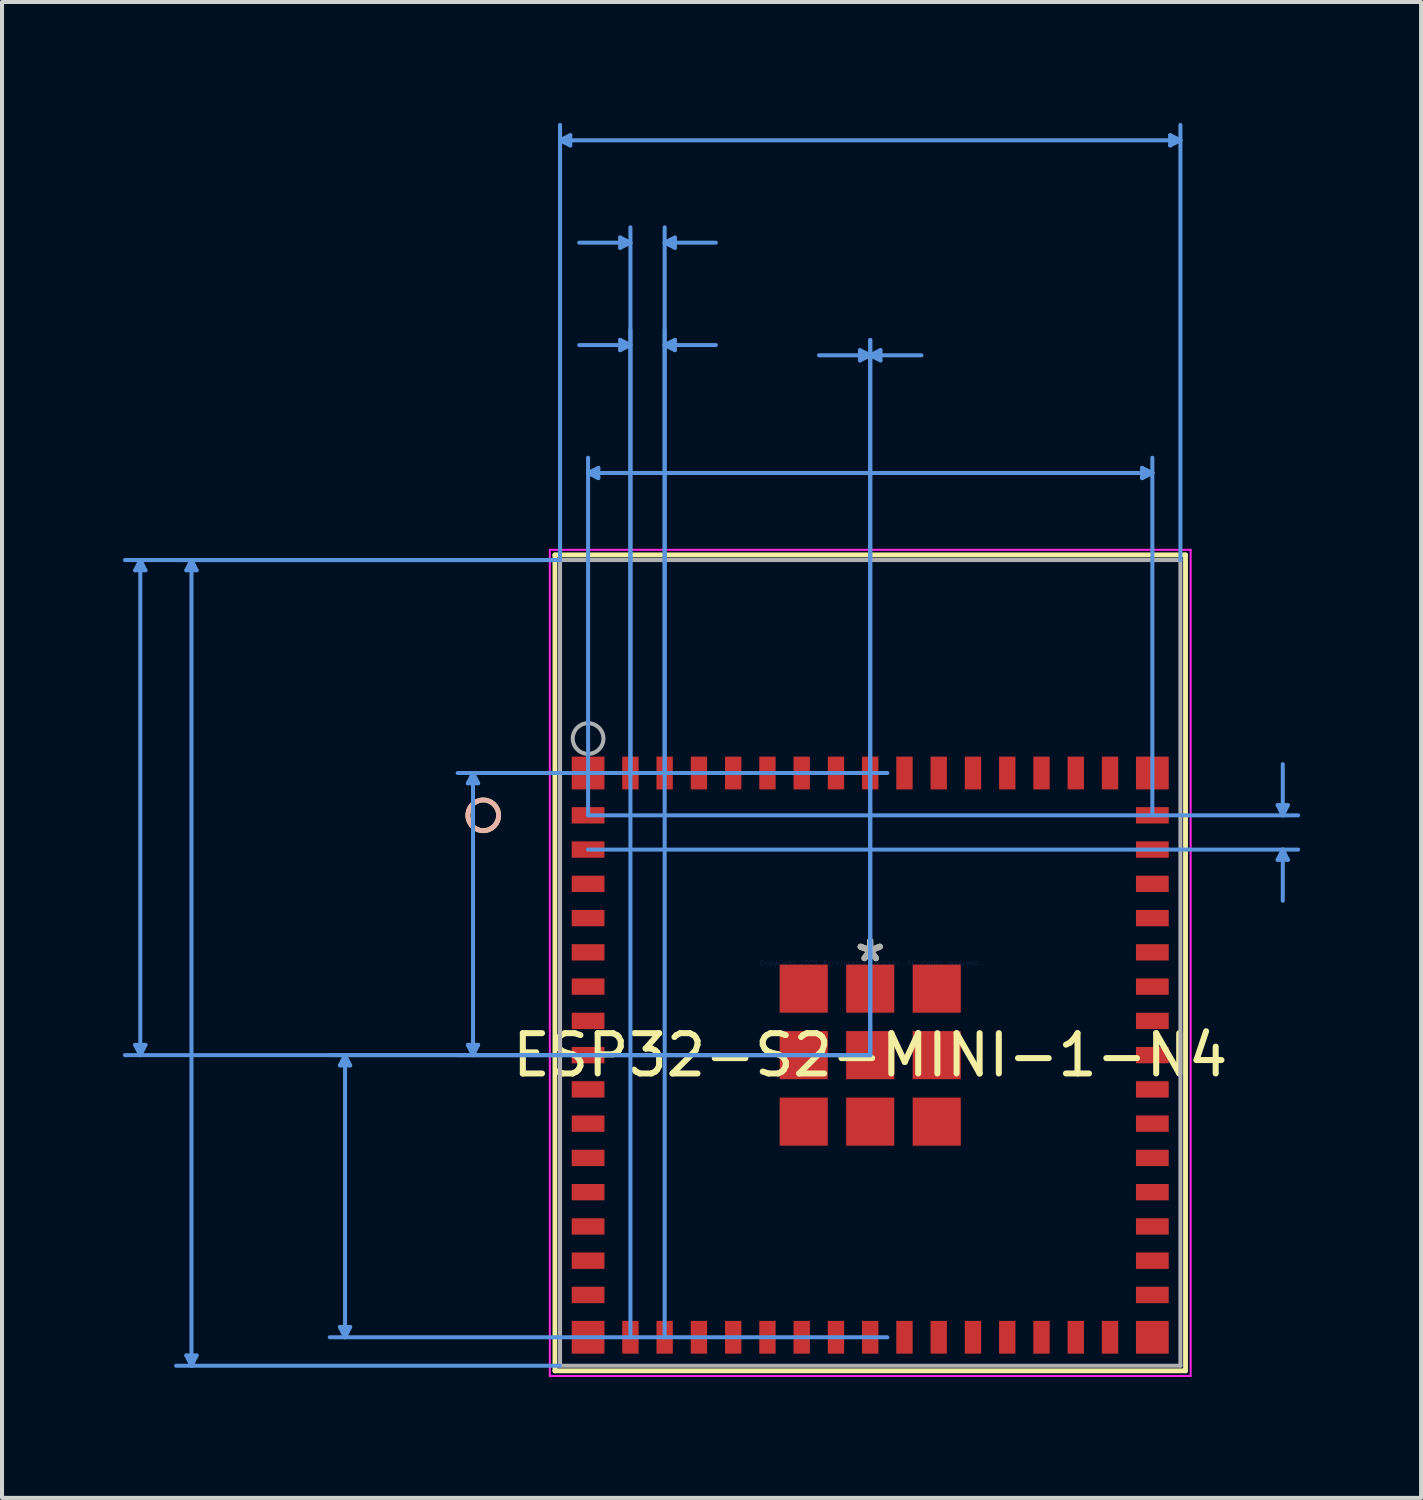
<source format=kicad_pcb>
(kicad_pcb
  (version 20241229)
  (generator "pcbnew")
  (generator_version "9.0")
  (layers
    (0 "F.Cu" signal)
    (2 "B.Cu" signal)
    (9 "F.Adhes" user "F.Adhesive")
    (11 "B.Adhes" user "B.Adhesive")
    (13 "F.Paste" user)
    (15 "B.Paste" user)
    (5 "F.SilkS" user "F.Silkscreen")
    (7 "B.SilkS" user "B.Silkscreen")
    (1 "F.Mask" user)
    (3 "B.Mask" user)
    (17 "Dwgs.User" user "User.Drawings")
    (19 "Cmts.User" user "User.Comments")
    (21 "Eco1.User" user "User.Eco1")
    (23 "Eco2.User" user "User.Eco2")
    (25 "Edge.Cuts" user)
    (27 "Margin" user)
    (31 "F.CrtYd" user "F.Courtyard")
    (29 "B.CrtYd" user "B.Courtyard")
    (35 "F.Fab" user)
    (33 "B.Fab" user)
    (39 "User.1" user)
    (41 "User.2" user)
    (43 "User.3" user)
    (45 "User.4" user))
  (footprint "ESP32-S2-MINI-1-N4"
    (layer "F.Cu")
    (at 18.541 20.84)
    (property "Reference" "ESP32-S2-MINI-1-N4" (at 0 2.289 0) (layer "F.SilkS") (effects (font (size 1 1) (thickness 0.15))))
    (attr through_hole)
    (fp_line (start -7.823 -10.122) (end -7.823 10.122) (stroke (width 0.12) (type solid)) (layer "F.SilkS"))
    (fp_line (start -7.823 10.122) (end 7.823 10.122) (stroke (width 0.12) (type solid)) (layer "F.SilkS"))
    (fp_line (start 7.823 -10.122) (end -7.823 -10.122) (stroke (width 0.12) (type solid)) (layer "F.SilkS"))
    (fp_line (start 7.823 10.122) (end 7.823 -10.122) (stroke (width 0.12) (type solid)) (layer "F.SilkS"))
    (fp_circle (center -9.601 -3.661) (end -9.22 -3.661) (stroke (width 0.12) (type solid)) (fill no) (layer "F.SilkS"))
    (fp_circle (center -9.601 -3.661) (end -9.22 -3.661) (stroke (width 0.12) (type solid)) (fill no) (layer "B.SilkS"))
    (fp_line (start -18.237 -9.741) (end -17.983 -9.741) (stroke (width 0.1) (type solid)) (layer "Cmts.User"))
    (fp_line (start -18.237 2.035) (end -17.983 2.035) (stroke (width 0.1) (type solid)) (layer "Cmts.User"))
    (fp_line (start -18.11 -9.995) (end -18.237 -9.741) (stroke (width 0.1) (type solid)) (layer "Cmts.User"))
    (fp_line (start -18.11 -9.995) (end -18.11 2.289) (stroke (width 0.1) (type solid)) (layer "Cmts.User"))
    (fp_line (start -18.11 -9.995) (end -17.983 -9.741) (stroke (width 0.1) (type solid)) (layer "Cmts.User"))
    (fp_line (start -18.11 2.289) (end -18.237 2.035) (stroke (width 0.1) (type solid)) (layer "Cmts.User"))
    (fp_line (start -18.11 2.289) (end -17.983 2.035) (stroke (width 0.1) (type solid)) (layer "Cmts.User"))
    (fp_line (start -16.967 -9.741) (end -16.713 -9.741) (stroke (width 0.1) (type solid)) (layer "Cmts.User"))
    (fp_line (start -16.967 9.741) (end -16.713 9.741) (stroke (width 0.1) (type solid)) (layer "Cmts.User"))
    (fp_line (start -16.84 -9.995) (end -16.967 -9.741) (stroke (width 0.1) (type solid)) (layer "Cmts.User"))
    (fp_line (start -16.84 -9.995) (end -16.84 9.995) (stroke (width 0.1) (type solid)) (layer "Cmts.User"))
    (fp_line (start -16.84 -9.995) (end -16.713 -9.741) (stroke (width 0.1) (type solid)) (layer "Cmts.User"))
    (fp_line (start -16.84 9.995) (end -16.967 9.741) (stroke (width 0.1) (type solid)) (layer "Cmts.User"))
    (fp_line (start -16.84 9.995) (end -16.713 9.741) (stroke (width 0.1) (type solid)) (layer "Cmts.User"))
    (fp_line (start -13.157 2.543) (end -12.903 2.543) (stroke (width 0.1) (type solid)) (layer "Cmts.User"))
    (fp_line (start -13.157 9.035) (end -12.903 9.035) (stroke (width 0.1) (type solid)) (layer "Cmts.User"))
    (fp_line (start -13.03 2.289) (end -13.157 2.543) (stroke (width 0.1) (type solid)) (layer "Cmts.User"))
    (fp_line (start -13.03 2.289) (end -13.03 9.289) (stroke (width 0.1) (type solid)) (layer "Cmts.User"))
    (fp_line (start -13.03 2.289) (end -12.903 2.543) (stroke (width 0.1) (type solid)) (layer "Cmts.User"))
    (fp_line (start -13.03 9.289) (end -13.157 9.035) (stroke (width 0.1) (type solid)) (layer "Cmts.User"))
    (fp_line (start -13.03 9.289) (end -12.903 9.035) (stroke (width 0.1) (type solid)) (layer "Cmts.User"))
    (fp_line (start -9.982 -4.457) (end -9.728 -4.457) (stroke (width 0.1) (type solid)) (layer "Cmts.User"))
    (fp_line (start -9.982 2.035) (end -9.728 2.035) (stroke (width 0.1) (type solid)) (layer "Cmts.User"))
    (fp_line (start -9.855 -4.711) (end -9.982 -4.457) (stroke (width 0.1) (type solid)) (layer "Cmts.User"))
    (fp_line (start -9.855 -4.711) (end -9.855 2.289) (stroke (width 0.1) (type solid)) (layer "Cmts.User"))
    (fp_line (start -9.855 -4.711) (end -9.728 -4.457) (stroke (width 0.1) (type solid)) (layer "Cmts.User"))
    (fp_line (start -9.855 2.289) (end -9.982 2.035) (stroke (width 0.1) (type solid)) (layer "Cmts.User"))
    (fp_line (start -9.855 2.289) (end -9.728 2.035) (stroke (width 0.1) (type solid)) (layer "Cmts.User"))
    (fp_line (start -7.696 -20.409) (end -7.442 -20.536) (stroke (width 0.1) (type solid)) (layer "Cmts.User"))
    (fp_line (start -7.696 -20.409) (end -7.442 -20.282) (stroke (width 0.1) (type solid)) (layer "Cmts.User"))
    (fp_line (start -7.696 -20.409) (end 7.696 -20.409) (stroke (width 0.1) (type solid)) (layer "Cmts.User"))
    (fp_line (start -7.696 -9.995) (end -18.491 -9.995) (stroke (width 0.1) (type solid)) (layer "Cmts.User"))
    (fp_line (start -7.696 -9.995) (end -17.221 -9.995) (stroke (width 0.1) (type solid)) (layer "Cmts.User"))
    (fp_line (start -7.696 -9.995) (end -7.696 -20.79) (stroke (width 0.1) (type solid)) (layer "Cmts.User"))
    (fp_line (start -7.696 9.995) (end -17.221 9.995) (stroke (width 0.1) (type solid)) (layer "Cmts.User"))
    (fp_line (start -7.442 -20.536) (end -7.442 -20.282) (stroke (width 0.1) (type solid)) (layer "Cmts.User"))
    (fp_line (start -7 -12.154) (end -6.746 -12.281) (stroke (width 0.1) (type solid)) (layer "Cmts.User"))
    (fp_line (start -7 -12.154) (end -6.746 -12.027) (stroke (width 0.1) (type solid)) (layer "Cmts.User"))
    (fp_line (start -7 -12.154) (end 7 -12.154) (stroke (width 0.1) (type solid)) (layer "Cmts.User"))
    (fp_line (start -7 -3.661) (end -7 -12.535) (stroke (width 0.1) (type solid)) (layer "Cmts.User"))
    (fp_line (start -7 -3.661) (end 10.617 -3.661) (stroke (width 0.1) (type solid)) (layer "Cmts.User"))
    (fp_line (start -7 -2.811) (end 10.617 -2.811) (stroke (width 0.1) (type solid)) (layer "Cmts.User"))
    (fp_line (start -6.746 -12.281) (end -6.746 -12.027) (stroke (width 0.1) (type solid)) (layer "Cmts.User"))
    (fp_line (start -6.204 -17.996) (end -6.204 -17.742) (stroke (width 0.1) (type solid)) (layer "Cmts.User"))
    (fp_line (start -6.204 -15.456) (end -6.204 -15.202) (stroke (width 0.1) (type solid)) (layer "Cmts.User"))
    (fp_line (start -5.95 -17.869) (end -7.22 -17.869) (stroke (width 0.1) (type solid)) (layer "Cmts.User"))
    (fp_line (start -5.95 -17.869) (end -6.204 -17.996) (stroke (width 0.1) (type solid)) (layer "Cmts.User"))
    (fp_line (start -5.95 -17.869) (end -6.204 -17.742) (stroke (width 0.1) (type solid)) (layer "Cmts.User"))
    (fp_line (start -5.95 -15.329) (end -7.22 -15.329) (stroke (width 0.1) (type solid)) (layer "Cmts.User"))
    (fp_line (start -5.95 -15.329) (end -6.204 -15.456) (stroke (width 0.1) (type solid)) (layer "Cmts.User"))
    (fp_line (start -5.95 -15.329) (end -6.204 -15.202) (stroke (width 0.1) (type solid)) (layer "Cmts.User"))
    (fp_line (start -5.95 -4.711) (end -5.95 -18.25) (stroke (width 0.1) (type solid)) (layer "Cmts.User"))
    (fp_line (start -5.95 9.289) (end -5.95 -15.71) (stroke (width 0.1) (type solid)) (layer "Cmts.User"))
    (fp_line (start -5.1 -17.869) (end -4.846 -17.996) (stroke (width 0.1) (type solid)) (layer "Cmts.User"))
    (fp_line (start -5.1 -17.869) (end -4.846 -17.742) (stroke (width 0.1) (type solid)) (layer "Cmts.User"))
    (fp_line (start -5.1 -17.869) (end -3.83 -17.869) (stroke (width 0.1) (type solid)) (layer "Cmts.User"))
    (fp_line (start -5.1 -15.329) (end -4.846 -15.456) (stroke (width 0.1) (type solid)) (layer "Cmts.User"))
    (fp_line (start -5.1 -15.329) (end -4.846 -15.202) (stroke (width 0.1) (type solid)) (layer "Cmts.User"))
    (fp_line (start -5.1 -15.329) (end -3.83 -15.329) (stroke (width 0.1) (type solid)) (layer "Cmts.User"))
    (fp_line (start -5.1 -4.711) (end -5.1 -18.25) (stroke (width 0.1) (type solid)) (layer "Cmts.User"))
    (fp_line (start -5.1 9.289) (end -5.1 -15.71) (stroke (width 0.1) (type solid)) (layer "Cmts.User"))
    (fp_line (start -4.846 -17.996) (end -4.846 -17.742) (stroke (width 0.1) (type solid)) (layer "Cmts.User"))
    (fp_line (start -4.846 -15.456) (end -4.846 -15.202) (stroke (width 0.1) (type solid)) (layer "Cmts.User"))
    (fp_line (start -0.254 -15.202) (end -0.254 -14.948) (stroke (width 0.1) (type solid)) (layer "Cmts.User"))
    (fp_line (start 0 -15.075) (end -1.27 -15.075) (stroke (width 0.1) (type solid)) (layer "Cmts.User"))
    (fp_line (start 0 -15.075) (end -0.254 -15.202) (stroke (width 0.1) (type solid)) (layer "Cmts.User"))
    (fp_line (start 0 -15.075) (end -0.254 -14.948) (stroke (width 0.1) (type solid)) (layer "Cmts.User"))
    (fp_line (start 0 -15.075) (end 0.254 -15.202) (stroke (width 0.1) (type solid)) (layer "Cmts.User"))
    (fp_line (start 0 -15.075) (end 0.254 -14.948) (stroke (width 0.1) (type solid)) (layer "Cmts.User"))
    (fp_line (start 0 -15.075) (end 1.27 -15.075) (stroke (width 0.1) (type solid)) (layer "Cmts.User"))
    (fp_line (start 0 2.289) (end -18.491 2.289) (stroke (width 0.1) (type solid)) (layer "Cmts.User"))
    (fp_line (start 0 2.289) (end -13.411 2.289) (stroke (width 0.1) (type solid)) (layer "Cmts.User"))
    (fp_line (start 0 2.289) (end -10.236 2.289) (stroke (width 0.1) (type solid)) (layer "Cmts.User"))
    (fp_line (start 0 2.289) (end 0 -15.456) (stroke (width 0.1) (type solid)) (layer "Cmts.User"))
    (fp_line (start 0 2.289) (end 0 -15.456) (stroke (width 0.1) (type solid)) (layer "Cmts.User"))
    (fp_line (start 0.254 -15.202) (end 0.254 -14.948) (stroke (width 0.1) (type solid)) (layer "Cmts.User"))
    (fp_line (start 0.425 -4.711) (end -10.236 -4.711) (stroke (width 0.1) (type solid)) (layer "Cmts.User"))
    (fp_line (start 0.425 9.289) (end -13.411 9.289) (stroke (width 0.1) (type solid)) (layer "Cmts.User"))
    (fp_line (start 6.746 -12.281) (end 6.746 -12.027) (stroke (width 0.1) (type solid)) (layer "Cmts.User"))
    (fp_line (start 7 -12.154) (end 6.746 -12.281) (stroke (width 0.1) (type solid)) (layer "Cmts.User"))
    (fp_line (start 7 -12.154) (end 6.746 -12.027) (stroke (width 0.1) (type solid)) (layer "Cmts.User"))
    (fp_line (start 7 -3.661) (end 7 -12.535) (stroke (width 0.1) (type solid)) (layer "Cmts.User"))
    (fp_line (start 7.442 -20.536) (end 7.442 -20.282) (stroke (width 0.1) (type solid)) (layer "Cmts.User"))
    (fp_line (start 7.696 -20.409) (end 7.442 -20.536) (stroke (width 0.1) (type solid)) (layer "Cmts.User"))
    (fp_line (start 7.696 -20.409) (end 7.442 -20.282) (stroke (width 0.1) (type solid)) (layer "Cmts.User"))
    (fp_line (start 7.696 -9.995) (end 7.696 -20.79) (stroke (width 0.1) (type solid)) (layer "Cmts.User"))
    (fp_line (start 10.109 -3.915) (end 10.363 -3.915) (stroke (width 0.1) (type solid)) (layer "Cmts.User"))
    (fp_line (start 10.109 -2.557) (end 10.363 -2.557) (stroke (width 0.1) (type solid)) (layer "Cmts.User"))
    (fp_line (start 10.236 -3.661) (end 10.109 -3.915) (stroke (width 0.1) (type solid)) (layer "Cmts.User"))
    (fp_line (start 10.236 -3.661) (end 10.236 -4.931) (stroke (width 0.1) (type solid)) (layer "Cmts.User"))
    (fp_line (start 10.236 -3.661) (end 10.363 -3.915) (stroke (width 0.1) (type solid)) (layer "Cmts.User"))
    (fp_line (start 10.236 -2.811) (end 10.109 -2.557) (stroke (width 0.1) (type solid)) (layer "Cmts.User"))
    (fp_line (start 10.236 -2.811) (end 10.236 -1.541) (stroke (width 0.1) (type solid)) (layer "Cmts.User"))
    (fp_line (start 10.236 -2.811) (end 10.363 -2.557) (stroke (width 0.1) (type solid)) (layer "Cmts.User"))
    (fp_line (start -7.95 -10.249) (end -7.95 10.249) (stroke (width 0.05) (type solid)) (layer "F.CrtYd"))
    (fp_line (start -7.95 10.249) (end 7.95 10.249) (stroke (width 0.05) (type solid)) (layer "F.CrtYd"))
    (fp_line (start 7.95 -10.249) (end -7.95 -10.249) (stroke (width 0.05) (type solid)) (layer "F.CrtYd"))
    (fp_line (start 7.95 10.249) (end 7.95 -10.249) (stroke (width 0.05) (type solid)) (layer "F.CrtYd"))
    (fp_line (start -7.696 -9.995) (end -7.696 9.995) (stroke (width 0.1) (type solid)) (layer "F.Fab"))
    (fp_line (start -7.696 9.995) (end 7.696 9.995) (stroke (width 0.1) (type solid)) (layer "F.Fab"))
    (fp_line (start 7.696 -9.995) (end -7.696 -9.995) (stroke (width 0.1) (type solid)) (layer "F.Fab"))
    (fp_line (start 7.696 9.995) (end 7.696 -9.995) (stroke (width 0.1) (type solid)) (layer "F.Fab"))
    (fp_circle (center -7 -5.566) (end -6.619 -5.566) (stroke (width 0.1) (type solid)) (fill no) (layer "F.Fab"))
    (fp_text user "*" (at 0 0 0) (layer "F.SilkS") (effects (font (size 1 1) (thickness 0.15))))
    (fp_text user "Copyright 2021 Accelerated Designs. All rights reserved." (at 0 0 0) (layer "Cmts.User") (effects (font (size 0.127 0.127) (thickness 0.002))))
    (fp_text user "*" (at 0 0 0) (layer "F.Fab") (effects (font (size 1 1) (thickness 0.15))))
    (pad "1" smd rect (at -7 -3.661) (size 0.813 0.406) (layers "F.Cu" "F.Mask" "F.Paste"))
    (pad "2" smd rect (at -7 -2.811) (size 0.813 0.406) (layers "F.Cu" "F.Mask" "F.Paste"))
    (pad "3" smd rect (at -7 -1.961) (size 0.813 0.406) (layers "F.Cu" "F.Mask" "F.Paste"))
    (pad "4" smd rect (at -7 -1.111) (size 0.813 0.406) (layers "F.Cu" "F.Mask" "F.Paste"))
    (pad "5" smd rect (at -7 -0.261) (size 0.813 0.406) (layers "F.Cu" "F.Mask" "F.Paste"))
    (pad "6" smd rect (at -7 0.589) (size 0.813 0.406) (layers "F.Cu" "F.Mask" "F.Paste"))
    (pad "7" smd rect (at -7 1.439) (size 0.813 0.406) (layers "F.Cu" "F.Mask" "F.Paste"))
    (pad "8" smd rect (at -7 2.289) (size 0.813 0.406) (layers "F.Cu" "F.Mask" "F.Paste"))
    (pad "9" smd rect (at -7 3.139) (size 0.813 0.406) (layers "F.Cu" "F.Mask" "F.Paste"))
    (pad "10" smd rect (at -7 3.989) (size 0.813 0.406) (layers "F.Cu" "F.Mask" "F.Paste"))
    (pad "11" smd rect (at -7 4.839) (size 0.813 0.406) (layers "F.Cu" "F.Mask" "F.Paste"))
    (pad "12" smd rect (at -7 5.689) (size 0.813 0.406) (layers "F.Cu" "F.Mask" "F.Paste"))
    (pad "13" smd rect (at -7 6.539) (size 0.813 0.406) (layers "F.Cu" "F.Mask" "F.Paste"))
    (pad "14" smd rect (at -7 7.389) (size 0.813 0.406) (layers "F.Cu" "F.Mask" "F.Paste"))
    (pad "15" smd rect (at -7 8.239) (size 0.813 0.406) (layers "F.Cu" "F.Mask" "F.Paste"))
    (pad "16" smd rect (at -5.95 9.289) (size 0.406 0.813) (layers "F.Cu" "F.Mask" "F.Paste"))
    (pad "17" smd rect (at -5.1 9.289) (size 0.406 0.813) (layers "F.Cu" "F.Mask" "F.Paste"))
    (pad "18" smd rect (at -4.25 9.289) (size 0.406 0.813) (layers "F.Cu" "F.Mask" "F.Paste"))
    (pad "19" smd rect (at -3.4 9.289) (size 0.406 0.813) (layers "F.Cu" "F.Mask" "F.Paste"))
    (pad "20" smd rect (at -2.55 9.289) (size 0.406 0.813) (layers "F.Cu" "F.Mask" "F.Paste"))
    (pad "21" smd rect (at -1.7 9.289) (size 0.406 0.813) (layers "F.Cu" "F.Mask" "F.Paste"))
    (pad "22" smd rect (at -0.85 9.289) (size 0.406 0.813) (layers "F.Cu" "F.Mask" "F.Paste"))
    (pad "23" smd rect (at 0 9.289) (size 0.406 0.813) (layers "F.Cu" "F.Mask" "F.Paste"))
    (pad "24" smd rect (at 0.85 9.289) (size 0.406 0.813) (layers "F.Cu" "F.Mask" "F.Paste"))
    (pad "25" smd rect (at 1.7 9.289) (size 0.406 0.813) (layers "F.Cu" "F.Mask" "F.Paste"))
    (pad "26" smd rect (at 2.55 9.289) (size 0.406 0.813) (layers "F.Cu" "F.Mask" "F.Paste"))
    (pad "27" smd rect (at 3.4 9.289) (size 0.406 0.813) (layers "F.Cu" "F.Mask" "F.Paste"))
    (pad "28" smd rect (at 4.25 9.289) (size 0.406 0.813) (layers "F.Cu" "F.Mask" "F.Paste"))
    (pad "29" smd rect (at 5.1 9.289) (size 0.406 0.813) (layers "F.Cu" "F.Mask" "F.Paste"))
    (pad "30" smd rect (at 5.95 9.289) (size 0.406 0.813) (layers "F.Cu" "F.Mask" "F.Paste"))
    (pad "31" smd rect (at 7 8.239) (size 0.813 0.406) (layers "F.Cu" "F.Mask" "F.Paste"))
    (pad "32" smd rect (at 7 7.389) (size 0.813 0.406) (layers "F.Cu" "F.Mask" "F.Paste"))
    (pad "33" smd rect (at 7 6.539) (size 0.813 0.406) (layers "F.Cu" "F.Mask" "F.Paste"))
    (pad "34" smd rect (at 7 5.689) (size 0.813 0.406) (layers "F.Cu" "F.Mask" "F.Paste"))
    (pad "35" smd rect (at 7 4.839) (size 0.813 0.406) (layers "F.Cu" "F.Mask" "F.Paste"))
    (pad "36" smd rect (at 7 3.989) (size 0.813 0.406) (layers "F.Cu" "F.Mask" "F.Paste"))
    (pad "37" smd rect (at 7 3.139) (size 0.813 0.406) (layers "F.Cu" "F.Mask" "F.Paste"))
    (pad "38" smd rect (at 7 2.289) (size 0.813 0.406) (layers "F.Cu" "F.Mask" "F.Paste"))
    (pad "39" smd rect (at 7 1.439) (size 0.813 0.406) (layers "F.Cu" "F.Mask" "F.Paste"))
    (pad "40" smd rect (at 7 0.589) (size 0.813 0.406) (layers "F.Cu" "F.Mask" "F.Paste"))
    (pad "41" smd rect (at 7 -0.261) (size 0.813 0.406) (layers "F.Cu" "F.Mask" "F.Paste"))
    (pad "42" smd rect (at 7 -1.111) (size 0.813 0.406) (layers "F.Cu" "F.Mask" "F.Paste"))
    (pad "43" smd rect (at 7 -1.961) (size 0.813 0.406) (layers "F.Cu" "F.Mask" "F.Paste"))
    (pad "44" smd rect (at 7 -2.811) (size 0.813 0.406) (layers "F.Cu" "F.Mask" "F.Paste"))
    (pad "45" smd rect (at 7 -3.661) (size 0.813 0.406) (layers "F.Cu" "F.Mask" "F.Paste"))
    (pad "46" smd rect (at 5.95 -4.711) (size 0.406 0.813) (layers "F.Cu" "F.Mask" "F.Paste"))
    (pad "47" smd rect (at 5.1 -4.711) (size 0.406 0.813) (layers "F.Cu" "F.Mask" "F.Paste"))
    (pad "48" smd rect (at 4.25 -4.711) (size 0.406 0.813) (layers "F.Cu" "F.Mask" "F.Paste"))
    (pad "49" smd rect (at 3.4 -4.711) (size 0.406 0.813) (layers "F.Cu" "F.Mask" "F.Paste"))
    (pad "50" smd rect (at 2.55 -4.711) (size 0.406 0.813) (layers "F.Cu" "F.Mask" "F.Paste"))
    (pad "51" smd rect (at 1.7 -4.711) (size 0.406 0.813) (layers "F.Cu" "F.Mask" "F.Paste"))
    (pad "52" smd rect (at 0.85 -4.711) (size 0.406 0.813) (layers "F.Cu" "F.Mask" "F.Paste"))
    (pad "53" smd rect (at 0 -4.711) (size 0.406 0.813) (layers "F.Cu" "F.Mask" "F.Paste"))
    (pad "54" smd rect (at -0.85 -4.711) (size 0.406 0.813) (layers "F.Cu" "F.Mask" "F.Paste"))
    (pad "55" smd rect (at -1.7 -4.711) (size 0.406 0.813) (layers "F.Cu" "F.Mask" "F.Paste"))
    (pad "56" smd rect (at -2.55 -4.711) (size 0.406 0.813) (layers "F.Cu" "F.Mask" "F.Paste"))
    (pad "57" smd rect (at -3.4 -4.711) (size 0.406 0.813) (layers "F.Cu" "F.Mask" "F.Paste"))
    (pad "58" smd rect (at -4.25 -4.711) (size 0.406 0.813) (layers "F.Cu" "F.Mask" "F.Paste"))
    (pad "59" smd rect (at -5.1 -4.711) (size 0.406 0.813) (layers "F.Cu" "F.Mask" "F.Paste"))
    (pad "60" smd rect (at -5.95 -4.711) (size 0.406 0.813) (layers "F.Cu" "F.Mask" "F.Paste"))
    (pad "61" smd rect (at 0 2.289) (size 1.194 1.194) (layers "F.Cu" "F.Mask" "F.Paste"))
    (pad "62" smd rect (at -7 -4.711) (size 0.813 0.813) (layers "F.Cu" "F.Mask" "F.Paste"))
    (pad "63" smd rect (at -7 9.289) (size 0.813 0.813) (layers "F.Cu" "F.Mask" "F.Paste"))
    (pad "64" smd rect (at 7 9.289) (size 0.813 0.813) (layers "F.Cu" "F.Mask" "F.Paste"))
    (pad "65" smd rect (at 7 -4.711) (size 0.813 0.813) (layers "F.Cu" "F.Mask" "F.Paste"))
    (pad "66" smd rect (at -1.65 0.639) (size 1.194 1.194) (layers "F.Cu" "F.Mask" "F.Paste"))
    (pad "67" smd rect (at 0 0.639) (size 1.194 1.194) (layers "F.Cu" "F.Mask" "F.Paste"))
    (pad "68" smd rect (at 1.65 0.639) (size 1.194 1.194) (layers "F.Cu" "F.Mask" "F.Paste"))
    (pad "69" smd rect (at -1.65 2.289) (size 1.194 1.194) (layers "F.Cu" "F.Mask" "F.Paste"))
    (pad "70" smd rect (at 1.65 2.289) (size 1.194 1.194) (layers "F.Cu" "F.Mask" "F.Paste"))
    (pad "71" smd rect (at -1.65 3.939) (size 1.194 1.194) (layers "F.Cu" "F.Mask" "F.Paste"))
    (pad "72" smd rect (at 0 3.939) (size 1.194 1.194) (layers "F.Cu" "F.Mask" "F.Paste"))
    (pad "73" smd rect (at 1.65 3.939) (size 1.194 1.194) (layers "F.Cu" "F.Mask" "F.Paste")))
  (gr_rect
    (start -3 -3)
    (end 32.208 34.114)
    (stroke (width 0.1) (type default))
    (fill no)
    (layer "Edge.Cuts")))
</source>
